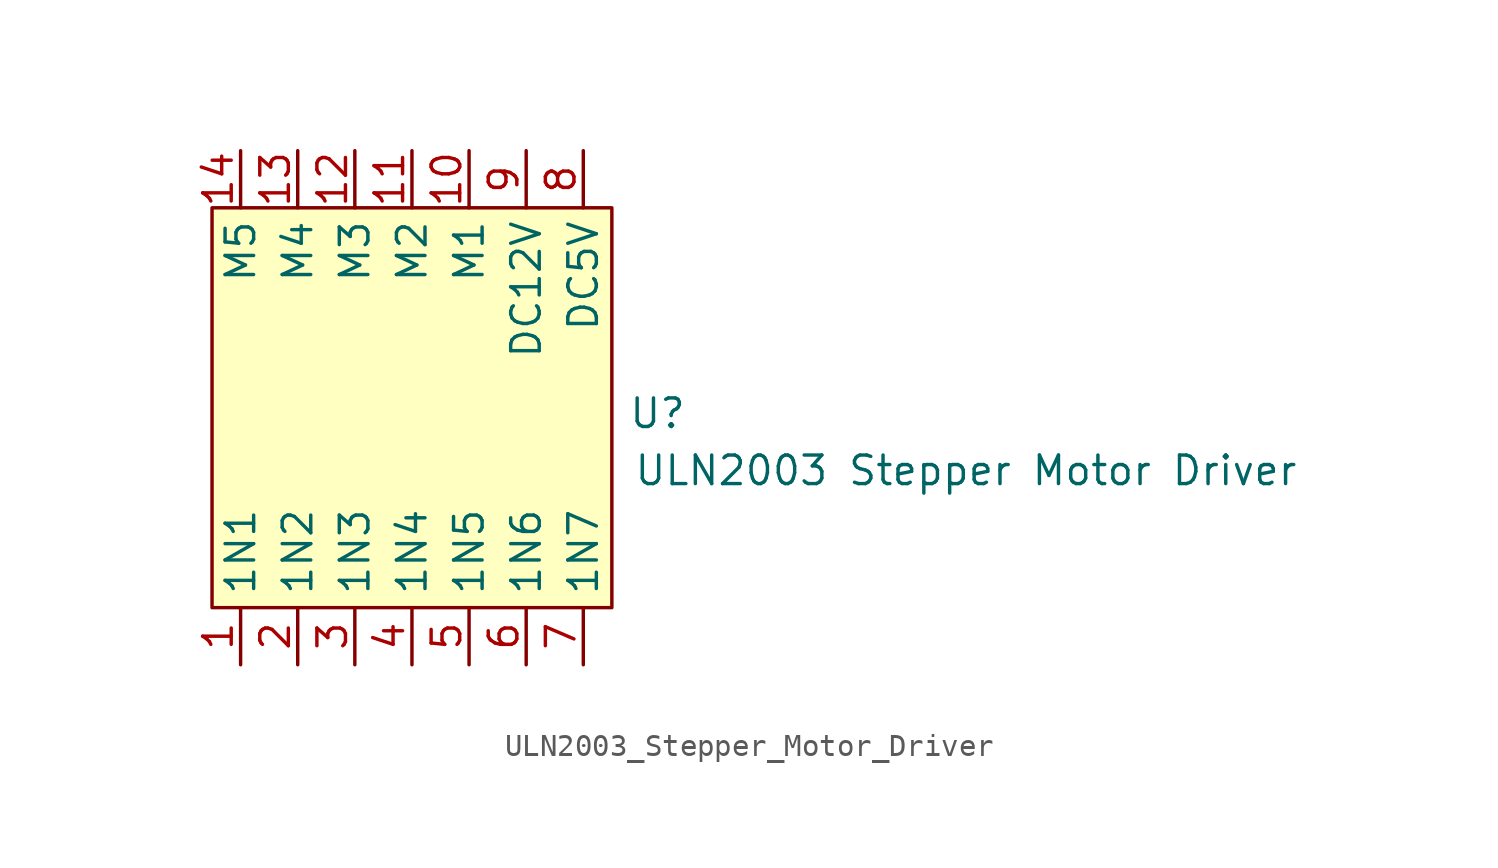
<source format=kicad_sym>
(kicad_symbol_lib
  (version 20231120)
  (generator "kicad_symbol_editor")
  (generator_version "8.0")
  (symbol "ULN2003_Stepper_Motor_Driver"
    (property "Reference" "U"
      (at -6.858 -2.794 0)
      (effects (font (size 1.27 1.27))))
    (property "Value" ""
      (at 0 0 0)
      (effects (font (size 1.27 1.27))))
    (symbol "ULN2003_Stepper_Motor_Driver_1_1"
      (rectangle (start -26.67 6.35) (end -8.89 -11.43) (stroke (width 0) (type default)) (fill (type background)))
      (text "ULN2003 Stepper Motor Driver" (at 6.858 -5.334 0) (effects (font (size 1.27 1.27) (color 0 100 100 1))))
      (pin input line (at -25.4 -13.97 90) (length 2.54) (name "1N1" (effects (font (size 1.27 1.27)))) (number "1" (effects (font (size 1.27 1.27)))))
      (pin input line (at -15.24 8.89 270) (length 2.54) (name "M1" (effects (font (size 1.27 1.27)))) (number "10" (effects (font (size 1.27 1.27)))))
      (pin input line (at -17.78 8.89 270) (length 2.54) (name "M2" (effects (font (size 1.27 1.27)))) (number "11" (effects (font (size 1.27 1.27)))))
      (pin input line (at -20.32 8.89 270) (length 2.54) (name "M3" (effects (font (size 1.27 1.27)))) (number "12" (effects (font (size 1.27 1.27)))))
      (pin input line (at -22.86 8.89 270) (length 2.54) (name "M4" (effects (font (size 1.27 1.27)))) (number "13" (effects (font (size 1.27 1.27)))))
      (pin input line (at -25.4 8.89 270) (length 2.54) (name "M5" (effects (font (size 1.27 1.27)))) (number "14" (effects (font (size 1.27 1.27)))))
      (pin input line (at -22.86 -13.97 90) (length 2.54) (name "1N2" (effects (font (size 1.27 1.27)))) (number "2" (effects (font (size 1.27 1.27)))))
      (pin input line (at -20.32 -13.97 90) (length 2.54) (name "1N3" (effects (font (size 1.27 1.27)))) (number "3" (effects (font (size 1.27 1.27)))))
      (pin input line (at -17.78 -13.97 90) (length 2.54) (name "1N4" (effects (font (size 1.27 1.27)))) (number "4" (effects (font (size 1.27 1.27)))))
      (pin input line (at -15.24 -13.97 90) (length 2.54) (name "1N5" (effects (font (size 1.27 1.27)))) (number "5" (effects (font (size 1.27 1.27)))))
      (pin input line (at -12.7 -13.97 90) (length 2.54) (name "1N6" (effects (font (size 1.27 1.27)))) (number "6" (effects (font (size 1.27 1.27)))))
      (pin input line (at -10.16 -13.97 90) (length 2.54) (name "1N7" (effects (font (size 1.27 1.27)))) (number "7" (effects (font (size 1.27 1.27)))))
      (pin input line (at -10.16 8.89 270) (length 2.54) (name "DC5V" (effects (font (size 1.27 1.27)))) (number "8" (effects (font (size 1.27 1.27)))))
      (pin input line (at -12.7 8.89 270) (length 2.54) (name "DC12V" (effects (font (size 1.27 1.27)))) (number "9" (effects (font (size 1.27 1.27))))))))
</source>
